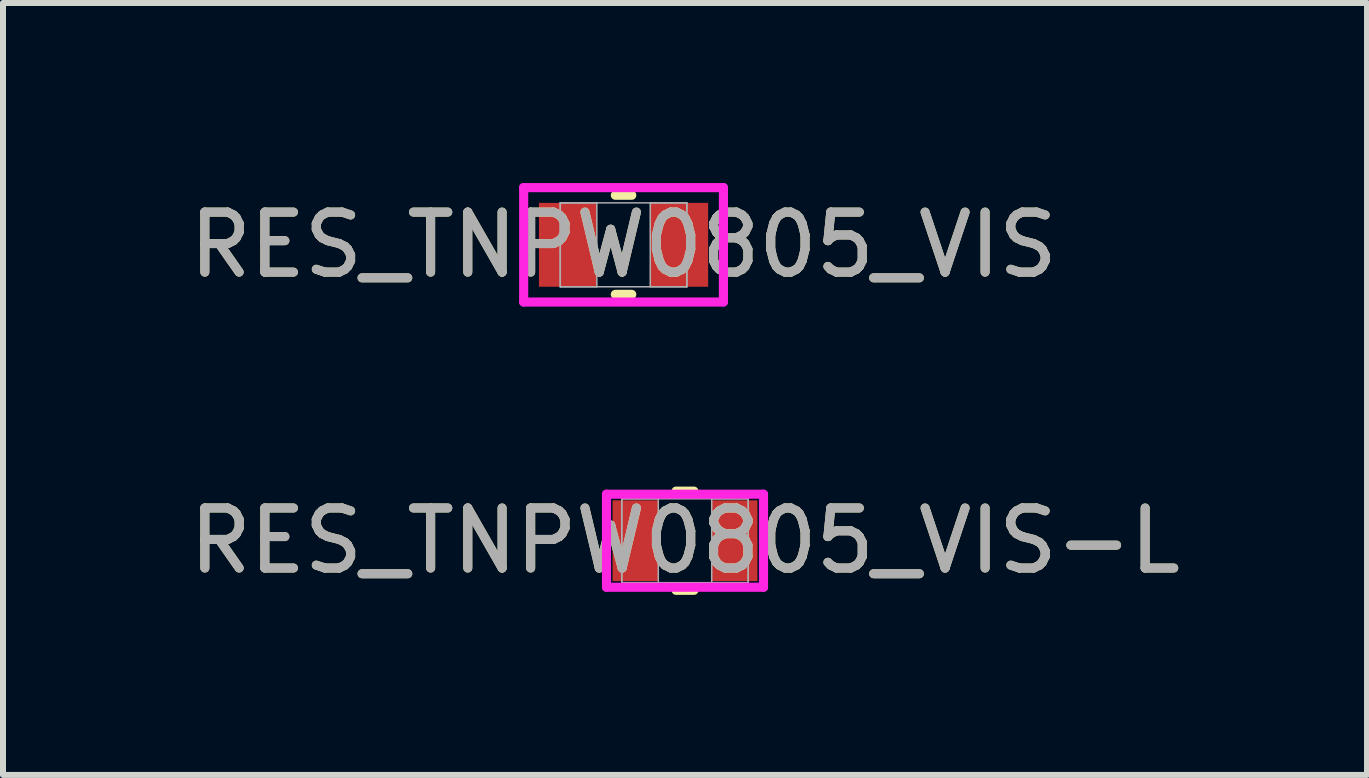
<source format=kicad_pcb>
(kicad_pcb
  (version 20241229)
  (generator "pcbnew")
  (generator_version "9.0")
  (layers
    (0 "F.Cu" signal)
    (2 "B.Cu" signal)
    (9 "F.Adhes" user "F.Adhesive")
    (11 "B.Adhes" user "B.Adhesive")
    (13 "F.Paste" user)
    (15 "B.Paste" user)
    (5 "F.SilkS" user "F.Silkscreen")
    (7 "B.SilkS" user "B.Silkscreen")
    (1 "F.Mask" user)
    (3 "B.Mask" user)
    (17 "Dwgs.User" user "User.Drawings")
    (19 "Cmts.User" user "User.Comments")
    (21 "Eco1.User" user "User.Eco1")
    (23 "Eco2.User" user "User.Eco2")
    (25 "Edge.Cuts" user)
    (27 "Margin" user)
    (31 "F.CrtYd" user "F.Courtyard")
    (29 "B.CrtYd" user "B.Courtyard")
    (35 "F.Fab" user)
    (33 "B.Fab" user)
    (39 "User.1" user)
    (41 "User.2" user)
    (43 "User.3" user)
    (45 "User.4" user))
  (footprint "RES_TNPW0805_VIS"
    (layer "F.Cu")
    (at 7.339 1.029)
    (property "Reference" "RES_TNPW0805_VIS" (at 0 0 0) (unlocked yes) (layer "F.SilkS") (effects (font (size 1 1) (thickness 0.15))))
    (attr smd)
    (fp_line (start -0.137 0.826) (end 0.137 0.826) (stroke (width 0.152) (type solid)) (layer "F.SilkS"))
    (fp_line (start 0.137 -0.826) (end -0.137 -0.826) (stroke (width 0.152) (type solid)) (layer "F.SilkS"))
    (fp_line (start -1.664 -0.953) (end 1.664 -0.953) (stroke (width 0.152) (type solid)) (layer "F.CrtYd"))
    (fp_line (start -1.664 0.953) (end -1.664 -0.953) (stroke (width 0.152) (type solid)) (layer "F.CrtYd"))
    (fp_line (start 1.664 -0.953) (end 1.664 0.953) (stroke (width 0.152) (type solid)) (layer "F.CrtYd"))
    (fp_line (start 1.664 0.953) (end -1.664 0.953) (stroke (width 0.152) (type solid)) (layer "F.CrtYd"))
    (fp_line (start -1.054 -0.699) (end -1.054 0.699) (stroke (width 0.025) (type solid)) (layer "F.Fab"))
    (fp_line (start -1.054 -0.699) (end -1.054 0.699) (stroke (width 0.025) (type solid)) (layer "F.Fab"))
    (fp_line (start -1.054 0.699) (end -0.445 0.699) (stroke (width 0.025) (type solid)) (layer "F.Fab"))
    (fp_line (start -1.054 0.699) (end 1.054 0.699) (stroke (width 0.025) (type solid)) (layer "F.Fab"))
    (fp_line (start -0.445 -0.699) (end -1.054 -0.699) (stroke (width 0.025) (type solid)) (layer "F.Fab"))
    (fp_line (start -0.445 0.699) (end -0.445 -0.699) (stroke (width 0.025) (type solid)) (layer "F.Fab"))
    (fp_line (start 0.445 -0.699) (end 0.445 0.699) (stroke (width 0.025) (type solid)) (layer "F.Fab"))
    (fp_line (start 0.445 0.699) (end 1.054 0.699) (stroke (width 0.025) (type solid)) (layer "F.Fab"))
    (fp_line (start 1.054 -0.699) (end -1.054 -0.699) (stroke (width 0.025) (type solid)) (layer "F.Fab"))
    (fp_line (start 1.054 -0.699) (end 0.445 -0.699) (stroke (width 0.025) (type solid)) (layer "F.Fab"))
    (fp_line (start 1.054 0.699) (end 1.054 -0.699) (stroke (width 0.025) (type solid)) (layer "F.Fab"))
    (fp_line (start 1.054 0.699) (end 1.054 -0.699) (stroke (width 0.025) (type solid)) (layer "F.Fab"))
    (fp_text user "${REFERENCE}" (at 0 0 0) (unlocked yes) (layer "F.Fab") (effects (font (size 1 1) (thickness 0.15))))
    (pad "1" smd rect (at -0.927 0) (size 0.965 1.397) (layers "F.Cu" "F.Mask" "F.Paste"))
    (pad "2" smd rect (at 0.927 0) (size 0.965 1.397) (layers "F.Cu" "F.Mask" "F.Paste"))
    (zone (net_name "") (layer "F.Cu") (hatch full 0.508) (connect_pads) (min_thickness 0.254) (filled_areas_thickness no) (keepout (tracks not_allowed) (vias not_allowed) (pads allowed) (copperpour not_allowed) (footprints allowed)) (placement (enabled no)) (fill) (polygon (pts (xy 6.946 0.381) (xy 7.733 0.381) (xy 7.733 1.676) (xy 6.946 1.676)))))
  (footprint "RES_TNPW0805_VIS-L"
    (layer "F.Cu")
    (at 8.363 5.959)
    (property "Reference" "RES_TNPW0805_VIS-L" (at 0 0 0) (unlocked yes) (layer "F.SilkS") (effects (font (size 1 1) (thickness 0.15))))
    (attr smd)
    (fp_line (start -0.149 0.826) (end 0.149 0.826) (stroke (width 0.152) (type solid)) (layer "F.SilkS"))
    (fp_line (start 0.149 -0.826) (end -0.149 -0.826) (stroke (width 0.152) (type solid)) (layer "F.SilkS"))
    (fp_line (start -1.308 -0.775) (end 1.308 -0.775) (stroke (width 0.152) (type solid)) (layer "F.CrtYd"))
    (fp_line (start -1.308 0.775) (end -1.308 -0.775) (stroke (width 0.152) (type solid)) (layer "F.CrtYd"))
    (fp_line (start 1.308 -0.775) (end 1.308 0.775) (stroke (width 0.152) (type solid)) (layer "F.CrtYd"))
    (fp_line (start 1.308 0.775) (end -1.308 0.775) (stroke (width 0.152) (type solid)) (layer "F.CrtYd"))
    (fp_line (start -1.054 -0.699) (end -1.054 0.699) (stroke (width 0.025) (type solid)) (layer "F.Fab"))
    (fp_line (start -1.054 -0.699) (end -1.054 0.699) (stroke (width 0.025) (type solid)) (layer "F.Fab"))
    (fp_line (start -1.054 0.699) (end -0.445 0.699) (stroke (width 0.025) (type solid)) (layer "F.Fab"))
    (fp_line (start -1.054 0.699) (end 1.054 0.699) (stroke (width 0.025) (type solid)) (layer "F.Fab"))
    (fp_line (start -0.445 -0.699) (end -1.054 -0.699) (stroke (width 0.025) (type solid)) (layer "F.Fab"))
    (fp_line (start -0.445 0.699) (end -0.445 -0.699) (stroke (width 0.025) (type solid)) (layer "F.Fab"))
    (fp_line (start 0.445 -0.699) (end 0.445 0.699) (stroke (width 0.025) (type solid)) (layer "F.Fab"))
    (fp_line (start 0.445 0.699) (end 1.054 0.699) (stroke (width 0.025) (type solid)) (layer "F.Fab"))
    (fp_line (start 1.054 -0.699) (end -1.054 -0.699) (stroke (width 0.025) (type solid)) (layer "F.Fab"))
    (fp_line (start 1.054 -0.699) (end 0.445 -0.699) (stroke (width 0.025) (type solid)) (layer "F.Fab"))
    (fp_line (start 1.054 0.699) (end 1.054 -0.699) (stroke (width 0.025) (type solid)) (layer "F.Fab"))
    (fp_line (start 1.054 0.699) (end 1.054 -0.699) (stroke (width 0.025) (type solid)) (layer "F.Fab"))
    (fp_text user "${REFERENCE}" (at 0 0 0) (unlocked yes) (layer "F.Fab") (effects (font (size 1 1) (thickness 0.15))))
    (pad "1" smd rect (at -0.826 0) (size 0.762 1.346) (layers "F.Cu" "F.Mask" "F.Paste"))
    (pad "2" smd rect (at 0.826 0) (size 0.762 1.346) (layers "F.Cu" "F.Mask" "F.Paste"))
    (zone (net_name "") (layer "F.Cu") (hatch full 0.508) (connect_pads) (min_thickness 0.254) (filled_areas_thickness no) (keepout (tracks not_allowed) (vias not_allowed) (pads allowed) (copperpour not_allowed) (footprints allowed)) (placement (enabled no)) (fill) (polygon (pts (xy 7.969 5.311) (xy 8.757 5.311) (xy 8.757 6.607) (xy 7.969 6.607)))))
  (gr_rect
    (start -3 -3)
    (end 19.726 9.861)
    (stroke (width 0.1) (type default))
    (fill no)
    (layer "Edge.Cuts")))
</source>
